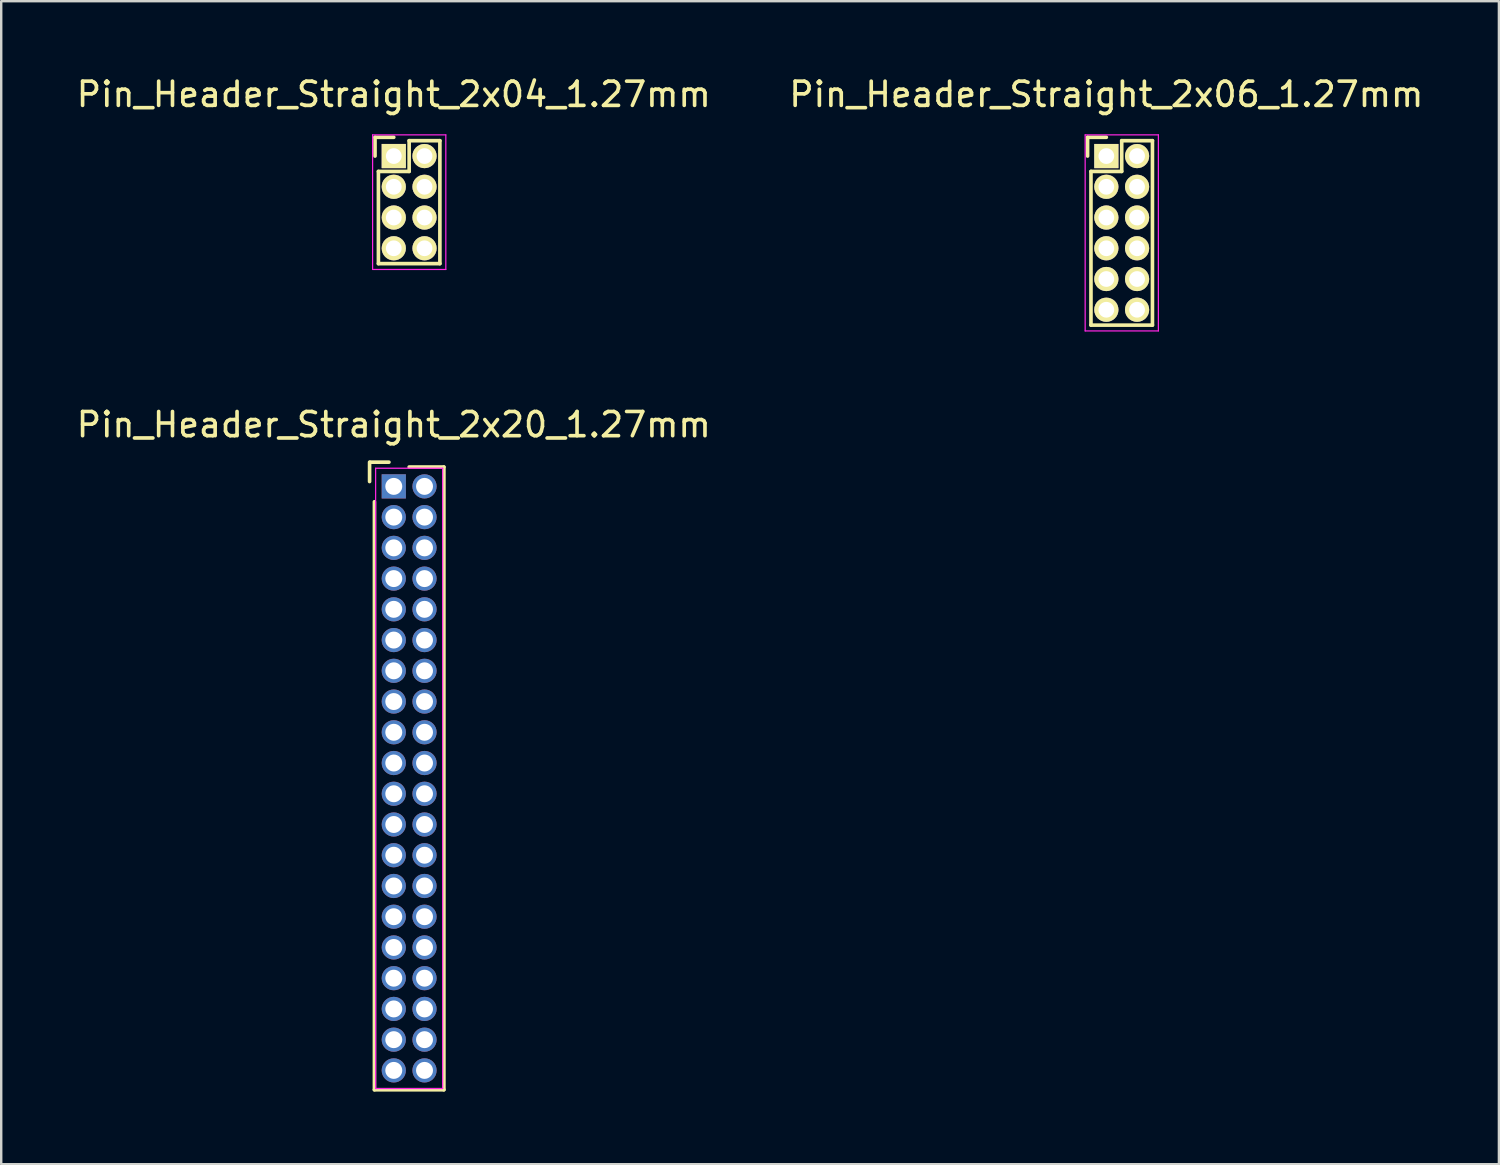
<source format=kicad_pcb>
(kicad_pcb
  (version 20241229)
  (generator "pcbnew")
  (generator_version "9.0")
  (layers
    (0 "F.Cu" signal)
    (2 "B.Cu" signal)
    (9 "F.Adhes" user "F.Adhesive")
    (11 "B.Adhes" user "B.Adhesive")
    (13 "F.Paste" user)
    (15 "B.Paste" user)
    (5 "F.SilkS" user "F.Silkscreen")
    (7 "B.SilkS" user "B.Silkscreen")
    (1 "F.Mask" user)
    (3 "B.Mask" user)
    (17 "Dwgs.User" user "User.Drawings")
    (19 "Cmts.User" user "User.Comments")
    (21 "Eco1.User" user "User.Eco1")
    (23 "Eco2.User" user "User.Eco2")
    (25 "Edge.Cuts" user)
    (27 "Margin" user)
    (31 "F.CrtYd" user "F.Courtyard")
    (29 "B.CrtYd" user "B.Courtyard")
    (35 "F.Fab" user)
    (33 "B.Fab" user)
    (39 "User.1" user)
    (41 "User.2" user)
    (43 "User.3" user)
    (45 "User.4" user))
  (footprint "Pin_Header_Straight_2x04_1.27mm"
    (layer "F.Cu")
    (at 13.22 3.398)
    (property "Reference" "Pin_Header_Straight_2x04_1.27mm" (at 0 -2.55 0) (layer "F.SilkS") (effects (font (size 1 1) (thickness 0.15))))
    (attr through_hole)
    (fp_line (start -0.775 -0.775) (end -0.775 0) (stroke (width 0.15) (type solid)) (layer "F.SilkS"))
    (fp_line (start -0.635 0.635) (end -0.635 4.445) (stroke (width 0.15) (type solid)) (layer "F.SilkS"))
    (fp_line (start 0 -0.775) (end -0.775 -0.775) (stroke (width 0.15) (type solid)) (layer "F.SilkS"))
    (fp_line (start 0.635 -0.635) (end 0.635 0.635) (stroke (width 0.15) (type solid)) (layer "F.SilkS"))
    (fp_line (start 0.635 0.635) (end -0.635 0.635) (stroke (width 0.15) (type solid)) (layer "F.SilkS"))
    (fp_line (start 1.905 -0.635) (end 0.635 -0.635) (stroke (width 0.15) (type solid)) (layer "F.SilkS"))
    (fp_line (start 1.905 4.445) (end -0.635 4.445) (stroke (width 0.15) (type solid)) (layer "F.SilkS"))
    (fp_line (start 1.905 4.445) (end 1.905 -0.635) (stroke (width 0.15) (type solid)) (layer "F.SilkS"))
    (fp_line (start -0.875 -0.875) (end -0.875 4.685) (stroke (width 0.05) (type solid)) (layer "F.CrtYd"))
    (fp_line (start -0.875 -0.875) (end 2.15 -0.875) (stroke (width 0.05) (type solid)) (layer "F.CrtYd"))
    (fp_line (start -0.875 4.685) (end 2.15 4.685) (stroke (width 0.05) (type solid)) (layer "F.CrtYd"))
    (fp_line (start 2.15 -0.875) (end 2.15 4.685) (stroke (width 0.05) (type solid)) (layer "F.CrtYd"))
    (pad "1" thru_hole rect (at 0 0) (size 1 1) (drill 0.65) (layers "*.Cu" "*.Mask" "F.SilkS"))
    (pad "2" thru_hole oval (at 1.27 0) (size 1 1) (drill 0.65) (layers "*.Cu" "*.Mask" "F.SilkS"))
    (pad "3" thru_hole oval (at 0 1.27) (size 1 1) (drill 0.65) (layers "*.Cu" "*.Mask" "F.SilkS"))
    (pad "4" thru_hole oval (at 1.27 1.27) (size 1 1) (drill 0.65) (layers "*.Cu" "*.Mask" "F.SilkS"))
    (pad "5" thru_hole oval (at 0 2.54) (size 1 1) (drill 0.65) (layers "*.Cu" "*.Mask" "F.SilkS"))
    (pad "6" thru_hole oval (at 1.27 2.54) (size 1 1) (drill 0.65) (layers "*.Cu" "*.Mask" "F.SilkS"))
    (pad "7" thru_hole oval (at 0 3.81) (size 1 1) (drill 0.65) (layers "*.Cu" "*.Mask" "F.SilkS"))
    (pad "8" thru_hole oval (at 1.27 3.81) (size 1 1) (drill 0.65) (layers "*.Cu" "*.Mask" "F.SilkS")))
  (footprint "Pin_Header_Straight_2x06_1.27mm"
    (layer "F.Cu")
    (at 42.661 3.398)
    (property "Reference" "Pin_Header_Straight_2x06_1.27mm" (at 0 -2.55 0) (layer "F.SilkS") (effects (font (size 1 1) (thickness 0.15))))
    (attr through_hole)
    (fp_line (start -0.775 -0.775) (end -0.775 0) (stroke (width 0.15) (type solid)) (layer "F.SilkS"))
    (fp_line (start -0.635 0.635) (end -0.635 6.985) (stroke (width 0.15) (type solid)) (layer "F.SilkS"))
    (fp_line (start 0 -0.775) (end -0.775 -0.775) (stroke (width 0.15) (type solid)) (layer "F.SilkS"))
    (fp_line (start 0.635 -0.635) (end 0.635 0.635) (stroke (width 0.15) (type solid)) (layer "F.SilkS"))
    (fp_line (start 0.635 0.635) (end -0.635 0.635) (stroke (width 0.15) (type solid)) (layer "F.SilkS"))
    (fp_line (start 1.905 -0.635) (end 0.635 -0.635) (stroke (width 0.15) (type solid)) (layer "F.SilkS"))
    (fp_line (start 1.905 6.985) (end -0.635 6.985) (stroke (width 0.15) (type solid)) (layer "F.SilkS"))
    (fp_line (start 1.905 6.985) (end 1.905 -0.635) (stroke (width 0.15) (type solid)) (layer "F.SilkS"))
    (fp_line (start -0.875 -0.875) (end -0.875 7.225) (stroke (width 0.05) (type solid)) (layer "F.CrtYd"))
    (fp_line (start -0.875 -0.875) (end 2.15 -0.875) (stroke (width 0.05) (type solid)) (layer "F.CrtYd"))
    (fp_line (start -0.875 7.225) (end 2.15 7.225) (stroke (width 0.05) (type solid)) (layer "F.CrtYd"))
    (fp_line (start 2.15 -0.875) (end 2.15 7.225) (stroke (width 0.05) (type solid)) (layer "F.CrtYd"))
    (pad "1" thru_hole rect (at 0 0) (size 1 1) (drill 0.65) (layers "*.Cu" "*.Mask" "F.SilkS"))
    (pad "2" thru_hole oval (at 1.27 0) (size 1 1) (drill 0.65) (layers "*.Cu" "*.Mask" "F.SilkS"))
    (pad "3" thru_hole oval (at 0 1.27) (size 1 1) (drill 0.65) (layers "*.Cu" "*.Mask" "F.SilkS"))
    (pad "4" thru_hole oval (at 1.27 1.27) (size 1 1) (drill 0.65) (layers "*.Cu" "*.Mask" "F.SilkS"))
    (pad "5" thru_hole oval (at 0 2.54) (size 1 1) (drill 0.65) (layers "*.Cu" "*.Mask" "F.SilkS"))
    (pad "6" thru_hole oval (at 1.27 2.54) (size 1 1) (drill 0.65) (layers "*.Cu" "*.Mask" "F.SilkS"))
    (pad "7" thru_hole oval (at 0 3.81) (size 1 1) (drill 0.65) (layers "*.Cu" "*.Mask" "F.SilkS"))
    (pad "8" thru_hole oval (at 1.27 3.81) (size 1 1) (drill 0.65) (layers "*.Cu" "*.Mask" "F.SilkS"))
    (pad "9" thru_hole oval (at 0 5.08) (size 1 1) (drill 0.65) (layers "*.Cu" "*.Mask" "F.SilkS"))
    (pad "10" thru_hole oval (at 1.27 5.08) (size 1 1) (drill 0.65) (layers "*.Cu" "*.Mask" "F.SilkS"))
    (pad "11" thru_hole oval (at 0 6.35) (size 1 1) (drill 0.65) (layers "*.Cu" "*.Mask" "F.SilkS"))
    (pad "12" thru_hole oval (at 1.27 6.35) (size 1 1) (drill 0.65) (layers "*.Cu" "*.Mask" "F.SilkS")))
  (footprint "Pin_Header_Straight_2x20_1.27mm"
    (layer "F.Cu")
    (at 13.855 29.111)
    (property "Reference" "Pin_Header_Straight_2x20_1.27mm" (at -0.635 -14.615 0) (layer "F.SilkS") (effects (font (size 1 1) (thickness 0.15))))
    (attr through_hole)
    (fp_line (start -1.635 -13.065) (end -1.635 -12.265) (stroke (width 0.15) (type solid)) (layer "F.SilkS"))
    (fp_line (start -1.435 -11.43) (end -1.435 12.865) (stroke (width 0.15) (type solid)) (layer "F.SilkS"))
    (fp_line (start -0.835 -13.065) (end -1.61 -13.065) (stroke (width 0.15) (type solid)) (layer "F.SilkS"))
    (fp_line (start 1.435 -12.865) (end 0 -12.865) (stroke (width 0.15) (type solid)) (layer "F.SilkS"))
    (fp_line (start 1.435 12.865) (end -1.435 12.865) (stroke (width 0.15) (type solid)) (layer "F.SilkS"))
    (fp_line (start 1.435 12.865) (end 1.435 -12.865) (stroke (width 0.15) (type solid)) (layer "F.SilkS"))
    (fp_line (start -1.385 12.815) (end 1.385 12.815) (stroke (width 0.05) (type solid)) (layer "F.CrtYd"))
    (fp_line (start -1.385 -12.815) (end -1.385 12.815) (stroke (width 0.05) (type solid)) (layer "F.CrtYd"))
    (fp_line (start -1.385 -12.815) (end 1.385 -12.815) (stroke (width 0.05) (type solid)) (layer "F.CrtYd"))
    (fp_line (start 1.385 -12.815) (end 1.385 12.815) (stroke (width 0.05) (type solid)) (layer "F.CrtYd"))
    (pad "1" thru_hole rect (at -0.635 -12.065) (size 1 1) (drill 0.7) (layers "*.Cu" "*.Mask"))
    (pad "2" thru_hole circle (at 0.635 -12.065) (size 1 1) (drill 0.7) (layers "*.Cu" "*.Mask"))
    (pad "3" thru_hole circle (at -0.635 -10.795) (size 1 1) (drill 0.7) (layers "*.Cu" "*.Mask"))
    (pad "4" thru_hole circle (at 0.635 -10.795) (size 1 1) (drill 0.7) (layers "*.Cu" "*.Mask"))
    (pad "5" thru_hole circle (at -0.635 -9.525) (size 1 1) (drill 0.7) (layers "*.Cu" "*.Mask"))
    (pad "6" thru_hole circle (at 0.635 -9.525) (size 1 1) (drill 0.7) (layers "*.Cu" "*.Mask"))
    (pad "7" thru_hole circle (at -0.635 -8.255) (size 1 1) (drill 0.7) (layers "*.Cu" "*.Mask"))
    (pad "8" thru_hole circle (at 0.635 -8.255) (size 1 1) (drill 0.7) (layers "*.Cu" "*.Mask"))
    (pad "9" thru_hole circle (at -0.635 -6.985) (size 1 1) (drill 0.7) (layers "*.Cu" "*.Mask"))
    (pad "10" thru_hole circle (at 0.635 -6.985) (size 1 1) (drill 0.7) (layers "*.Cu" "*.Mask"))
    (pad "11" thru_hole circle (at -0.635 -5.715) (size 1 1) (drill 0.7) (layers "*.Cu" "*.Mask"))
    (pad "12" thru_hole circle (at 0.635 -5.715) (size 1 1) (drill 0.7) (layers "*.Cu" "*.Mask"))
    (pad "13" thru_hole circle (at -0.635 -4.445) (size 1 1) (drill 0.7) (layers "*.Cu" "*.Mask"))
    (pad "14" thru_hole circle (at 0.635 -4.445) (size 1 1) (drill 0.7) (layers "*.Cu" "*.Mask"))
    (pad "15" thru_hole circle (at -0.635 -3.175) (size 1 1) (drill 0.7) (layers "*.Cu" "*.Mask"))
    (pad "16" thru_hole circle (at 0.635 -3.175) (size 1 1) (drill 0.7) (layers "*.Cu" "*.Mask"))
    (pad "17" thru_hole circle (at -0.635 -1.905) (size 1 1) (drill 0.7) (layers "*.Cu" "*.Mask"))
    (pad "18" thru_hole circle (at 0.635 -1.905) (size 1 1) (drill 0.7) (layers "*.Cu" "*.Mask"))
    (pad "19" thru_hole circle (at -0.635 -0.635) (size 1 1) (drill 0.7) (layers "*.Cu" "*.Mask"))
    (pad "20" thru_hole circle (at 0.635 -0.635) (size 1 1) (drill 0.7) (layers "*.Cu" "*.Mask"))
    (pad "21" thru_hole circle (at -0.635 0.635) (size 1 1) (drill 0.7) (layers "*.Cu" "*.Mask"))
    (pad "22" thru_hole circle (at 0.635 0.635) (size 1 1) (drill 0.7) (layers "*.Cu" "*.Mask"))
    (pad "23" thru_hole circle (at -0.635 1.905) (size 1 1) (drill 0.7) (layers "*.Cu" "*.Mask"))
    (pad "24" thru_hole circle (at 0.635 1.905) (size 1 1) (drill 0.7) (layers "*.Cu" "*.Mask"))
    (pad "25" thru_hole circle (at -0.635 3.175) (size 1 1) (drill 0.7) (layers "*.Cu" "*.Mask"))
    (pad "26" thru_hole circle (at 0.635 3.175) (size 1 1) (drill 0.7) (layers "*.Cu" "*.Mask"))
    (pad "27" thru_hole circle (at -0.635 4.445) (size 1 1) (drill 0.7) (layers "*.Cu" "*.Mask"))
    (pad "28" thru_hole circle (at 0.635 4.445) (size 1 1) (drill 0.7) (layers "*.Cu" "*.Mask"))
    (pad "29" thru_hole circle (at -0.635 5.715) (size 1 1) (drill 0.7) (layers "*.Cu" "*.Mask"))
    (pad "30" thru_hole circle (at 0.635 5.715) (size 1 1) (drill 0.7) (layers "*.Cu" "*.Mask"))
    (pad "31" thru_hole circle (at -0.635 6.985) (size 1 1) (drill 0.7) (layers "*.Cu" "*.Mask"))
    (pad "32" thru_hole circle (at 0.635 6.985) (size 1 1) (drill 0.7) (layers "*.Cu" "*.Mask"))
    (pad "33" thru_hole circle (at -0.635 8.255) (size 1 1) (drill 0.7) (layers "*.Cu" "*.Mask"))
    (pad "34" thru_hole circle (at 0.635 8.255) (size 1 1) (drill 0.7) (layers "*.Cu" "*.Mask"))
    (pad "35" thru_hole circle (at -0.635 9.525) (size 1 1) (drill 0.7) (layers "*.Cu" "*.Mask"))
    (pad "36" thru_hole circle (at 0.635 9.525) (size 1 1) (drill 0.7) (layers "*.Cu" "*.Mask"))
    (pad "37" thru_hole circle (at -0.635 10.795) (size 1 1) (drill 0.7) (layers "*.Cu" "*.Mask"))
    (pad "38" thru_hole circle (at 0.635 10.795) (size 1 1) (drill 0.7) (layers "*.Cu" "*.Mask"))
    (pad "39" thru_hole circle (at -0.635 12.065) (size 1 1) (drill 0.7) (layers "*.Cu" "*.Mask"))
    (pad "40" thru_hole circle (at 0.635 12.065) (size 1 1) (drill 0.7) (layers "*.Cu" "*.Mask")))
  (gr_rect
    (start -3 -3)
    (end 58.881 45.051)
    (stroke (width 0.1) (type default))
    (fill no)
    (layer "Edge.Cuts")))
</source>
